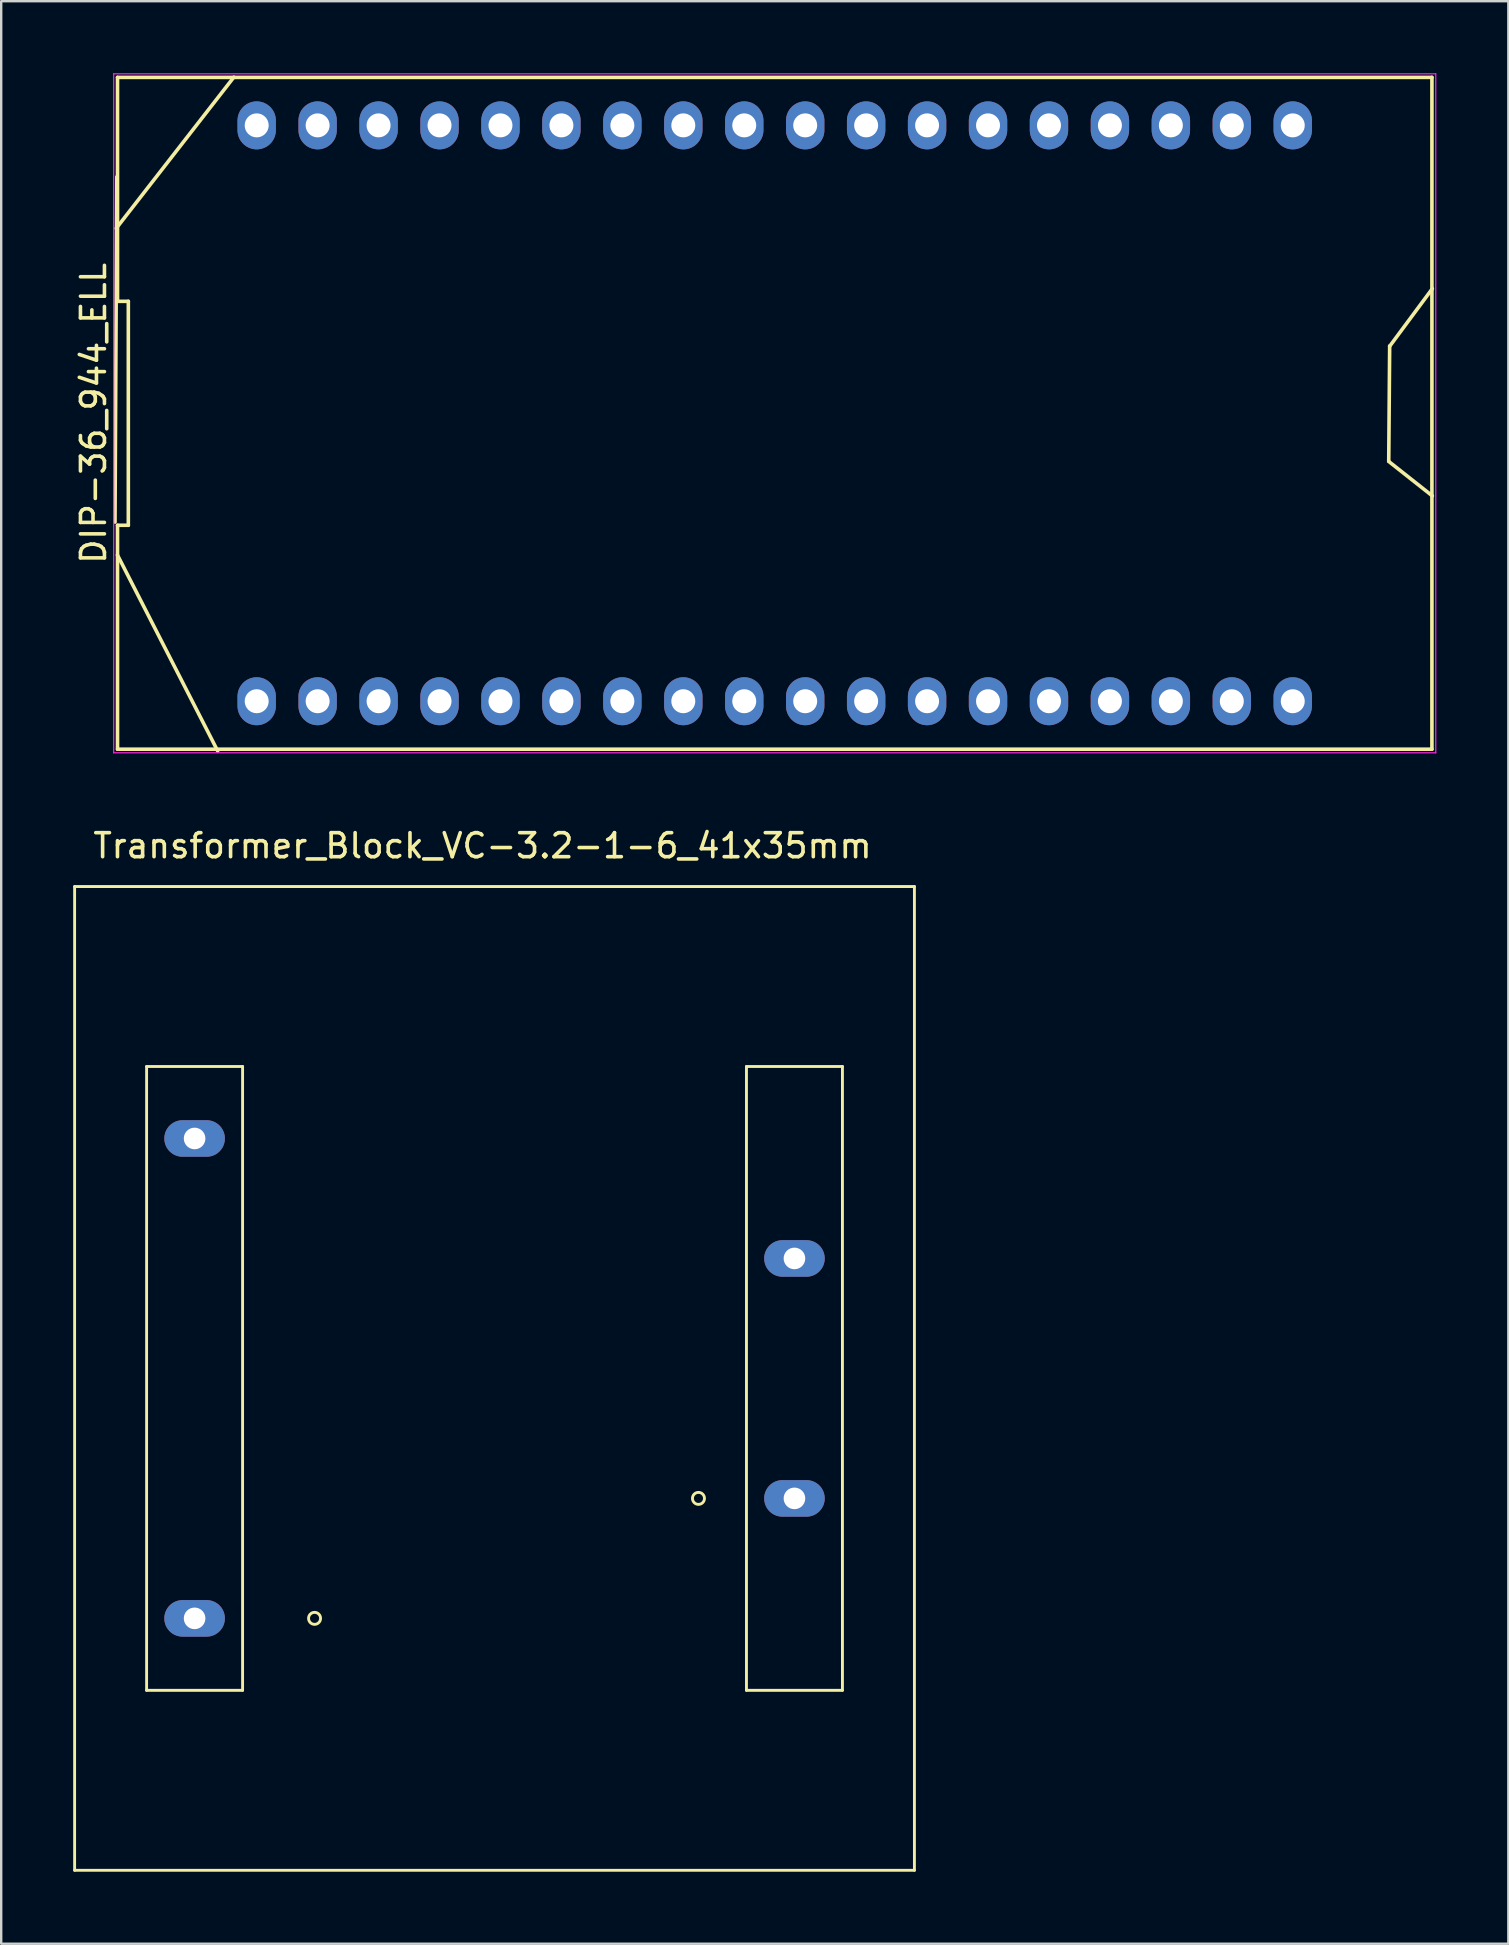
<source format=kicad_pcb>
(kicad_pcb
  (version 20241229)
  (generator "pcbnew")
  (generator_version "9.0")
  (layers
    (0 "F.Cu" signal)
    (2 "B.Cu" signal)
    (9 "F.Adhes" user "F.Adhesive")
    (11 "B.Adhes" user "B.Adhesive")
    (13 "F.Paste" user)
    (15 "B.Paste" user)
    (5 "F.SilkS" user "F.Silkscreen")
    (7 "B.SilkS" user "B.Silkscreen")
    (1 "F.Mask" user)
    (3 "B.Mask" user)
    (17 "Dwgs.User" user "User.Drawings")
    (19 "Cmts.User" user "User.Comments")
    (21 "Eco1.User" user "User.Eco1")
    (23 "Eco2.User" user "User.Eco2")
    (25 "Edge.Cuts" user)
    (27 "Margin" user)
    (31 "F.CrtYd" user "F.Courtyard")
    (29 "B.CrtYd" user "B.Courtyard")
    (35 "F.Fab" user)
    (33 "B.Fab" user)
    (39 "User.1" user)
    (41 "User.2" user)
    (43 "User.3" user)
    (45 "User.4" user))
  (footprint "Transformer_Block_VC-3.2-1-6_41x35mm"
    (layer "F.Cu")
    (at 5.06 54.398)
    (property "Reference" "Transformer_Block_VC-3.2-1-6_41x35mm" (at 12 -22.2 0) (layer "F.SilkS") (effects (font (size 1 1) (thickness 0.15))))
    (attr through_hole)
    (fp_line (start -5 -20.5) (end -5 20.5) (stroke (width 0.12) (type solid)) (layer "F.SilkS"))
    (fp_line (start -5 20.5) (end 30 20.5) (stroke (width 0.12) (type solid)) (layer "F.SilkS"))
    (fp_line (start -2 -13) (end 2 -13) (stroke (width 0.12) (type solid)) (layer "F.SilkS"))
    (fp_line (start -2 13) (end -2 -13) (stroke (width 0.12) (type solid)) (layer "F.SilkS"))
    (fp_line (start 2 -13) (end 2 13) (stroke (width 0.12) (type solid)) (layer "F.SilkS"))
    (fp_line (start 2 13) (end -2 13) (stroke (width 0.12) (type solid)) (layer "F.SilkS"))
    (fp_line (start 23 -13) (end 27 -13) (stroke (width 0.12) (type solid)) (layer "F.SilkS"))
    (fp_line (start 23 13) (end 23 -13) (stroke (width 0.12) (type solid)) (layer "F.SilkS"))
    (fp_line (start 27 -13) (end 27 13) (stroke (width 0.12) (type solid)) (layer "F.SilkS"))
    (fp_line (start 27 13) (end 23 13) (stroke (width 0.12) (type solid)) (layer "F.SilkS"))
    (fp_line (start 30 -20.5) (end -5 -20.5) (stroke (width 0.12) (type solid)) (layer "F.SilkS"))
    (fp_line (start 30 20.5) (end 30 -20.5) (stroke (width 0.12) (type solid)) (layer "F.SilkS"))
    (fp_circle (center 5 10) (end 5.25 10) (stroke (width 0.12) (type solid)) (fill no) (layer "F.SilkS"))
    (fp_circle (center 21 5) (end 21.25 5) (stroke (width 0.12) (type solid)) (fill no) (layer "F.SilkS"))
    (pad "1" thru_hole oval (at 0 10) (size 2.524 1.524) (drill 0.9) (layers "*.Cu" "*.Mask"))
    (pad "2" thru_hole oval (at 0 -10) (size 2.524 1.524) (drill 0.9) (layers "*.Cu" "*.Mask"))
    (pad "3" thru_hole oval (at 25 5) (size 2.524 1.524) (drill 0.9) (layers "*.Cu" "*.Mask"))
    (pad "4" thru_hole oval (at 25 -5) (size 2.524 1.524) (drill 0.9) (layers "*.Cu" "*.Mask")))
  (footprint "DIP-36_944_ELL"
    (layer "F.Cu")
    (at 29.238 14.175)
    (property "Reference" "DIP-36_944_ELL" (at -28.39 0 90) (layer "F.SilkS") (effects (font (size 1 1) (thickness 0.15))))
    (attr through_hole)
    (fp_line (start -27.495 4.534) (end -27.419 -9.855) (stroke (width 0.15) (type solid)) (layer "F.SilkS"))
    (fp_line (start -27.445 -7.709) (end -22.543 -14.008) (stroke (width 0.15) (type solid)) (layer "F.SilkS"))
    (fp_line (start -27.39 -14) (end -27.39 -4.667) (stroke (width 0.15) (type solid)) (layer "F.SilkS"))
    (fp_line (start -27.39 -4.667) (end -26.94 -4.667) (stroke (width 0.15) (type solid)) (layer "F.SilkS"))
    (fp_line (start -27.39 4.667) (end -27.39 14) (stroke (width 0.15) (type solid)) (layer "F.SilkS"))
    (fp_line (start -27.39 14) (end 27.39 14) (stroke (width 0.15) (type solid)) (layer "F.SilkS"))
    (fp_line (start -26.94 -4.667) (end -26.94 4.667) (stroke (width 0.15) (type solid)) (layer "F.SilkS"))
    (fp_line (start -26.94 4.667) (end -27.39 4.667) (stroke (width 0.15) (type solid)) (layer "F.SilkS"))
    (fp_line (start -23.216 14.072) (end -27.394 5.905) (stroke (width 0.15) (type solid)) (layer "F.SilkS"))
    (fp_line (start 25.59 2.007) (end 27.407 3.442) (stroke (width 0.15) (type solid)) (layer "F.SilkS"))
    (fp_line (start 25.629 -2.807) (end 25.59 1.994) (stroke (width 0.15) (type solid)) (layer "F.SilkS"))
    (fp_line (start 27.39 -14) (end -27.39 -14) (stroke (width 0.15) (type solid)) (layer "F.SilkS"))
    (fp_line (start 27.39 14) (end 27.39 -14) (stroke (width 0.15) (type solid)) (layer "F.SilkS"))
    (fp_line (start 27.407 -5.194) (end 25.629 -2.794) (stroke (width 0.15) (type solid)) (layer "F.SilkS"))
    (fp_line (start -27.55 -14.15) (end 27.55 -14.15) (stroke (width 0.05) (type solid)) (layer "F.CrtYd"))
    (fp_line (start -27.55 14.15) (end -27.55 -14.15) (stroke (width 0.05) (type solid)) (layer "F.CrtYd"))
    (fp_line (start 27.55 -14.15) (end 27.55 14.15) (stroke (width 0.05) (type solid)) (layer "F.CrtYd"))
    (fp_line (start 27.55 14.15) (end -27.55 14.15) (stroke (width 0.05) (type solid)) (layer "F.CrtYd"))
    (pad "1" thru_hole oval (at -21.59 12) (size 1.6 2) (drill 1) (layers "*.Cu" "*.Mask"))
    (pad "2" thru_hole oval (at -19.05 12) (size 1.6 2) (drill 1) (layers "*.Cu" "*.Mask"))
    (pad "3" thru_hole oval (at -16.51 12) (size 1.6 2) (drill 1) (layers "*.Cu" "*.Mask"))
    (pad "4" thru_hole oval (at -13.97 12) (size 1.6 2) (drill 1) (layers "*.Cu" "*.Mask"))
    (pad "5" thru_hole oval (at -11.43 12) (size 1.6 2) (drill 1) (layers "*.Cu" "*.Mask"))
    (pad "6" thru_hole oval (at -8.89 12) (size 1.6 2) (drill 1) (layers "*.Cu" "*.Mask"))
    (pad "7" thru_hole oval (at -6.35 12) (size 1.6 2) (drill 1) (layers "*.Cu" "*.Mask"))
    (pad "8" thru_hole oval (at -3.81 12) (size 1.6 2) (drill 1) (layers "*.Cu" "*.Mask"))
    (pad "9" thru_hole oval (at -1.27 12) (size 1.6 2) (drill 1) (layers "*.Cu" "*.Mask"))
    (pad "10" thru_hole oval (at 1.27 12) (size 1.6 2) (drill 1) (layers "*.Cu" "*.Mask"))
    (pad "11" thru_hole oval (at 3.81 12) (size 1.6 2) (drill 1) (layers "*.Cu" "*.Mask"))
    (pad "12" thru_hole oval (at 6.35 12) (size 1.6 2) (drill 1) (layers "*.Cu" "*.Mask"))
    (pad "13" thru_hole oval (at 8.89 12) (size 1.6 2) (drill 1) (layers "*.Cu" "*.Mask"))
    (pad "14" thru_hole oval (at 11.43 12) (size 1.6 2) (drill 1) (layers "*.Cu" "*.Mask"))
    (pad "15" thru_hole oval (at 13.97 12) (size 1.6 2) (drill 1) (layers "*.Cu" "*.Mask"))
    (pad "16" thru_hole oval (at 16.51 12) (size 1.6 2) (drill 1) (layers "*.Cu" "*.Mask"))
    (pad "17" thru_hole oval (at 19.05 12) (size 1.6 2) (drill 1) (layers "*.Cu" "*.Mask"))
    (pad "18" thru_hole oval (at 21.59 12) (size 1.6 2) (drill 1) (layers "*.Cu" "*.Mask"))
    (pad "19" thru_hole oval (at 21.59 -12) (size 1.6 2) (drill 1) (layers "*.Cu" "*.Mask"))
    (pad "20" thru_hole oval (at 19.05 -12) (size 1.6 2) (drill 1) (layers "*.Cu" "*.Mask"))
    (pad "21" thru_hole oval (at 16.51 -12) (size 1.6 2) (drill 1) (layers "*.Cu" "*.Mask"))
    (pad "22" thru_hole oval (at 13.97 -12) (size 1.6 2) (drill 1) (layers "*.Cu" "*.Mask"))
    (pad "23" thru_hole oval (at 11.43 -12) (size 1.6 2) (drill 1) (layers "*.Cu" "*.Mask"))
    (pad "24" thru_hole oval (at 8.89 -12) (size 1.6 2) (drill 1) (layers "*.Cu" "*.Mask"))
    (pad "25" thru_hole oval (at 6.35 -12) (size 1.6 2) (drill 1) (layers "*.Cu" "*.Mask"))
    (pad "26" thru_hole oval (at 3.81 -12) (size 1.6 2) (drill 1) (layers "*.Cu" "*.Mask"))
    (pad "27" thru_hole oval (at 1.27 -12) (size 1.6 2) (drill 1) (layers "*.Cu" "*.Mask"))
    (pad "28" thru_hole oval (at -1.27 -12) (size 1.6 2) (drill 1) (layers "*.Cu" "*.Mask"))
    (pad "29" thru_hole oval (at -3.81 -12) (size 1.6 2) (drill 1) (layers "*.Cu" "*.Mask"))
    (pad "30" thru_hole oval (at -6.35 -12) (size 1.6 2) (drill 1) (layers "*.Cu" "*.Mask"))
    (pad "31" thru_hole oval (at -8.89 -12) (size 1.6 2) (drill 1) (layers "*.Cu" "*.Mask"))
    (pad "32" thru_hole oval (at -11.43 -12) (size 1.6 2) (drill 1) (layers "*.Cu" "*.Mask"))
    (pad "33" thru_hole oval (at -13.97 -12) (size 1.6 2) (drill 1) (layers "*.Cu" "*.Mask"))
    (pad "34" thru_hole oval (at -16.51 -12) (size 1.6 2) (drill 1) (layers "*.Cu" "*.Mask"))
    (pad "35" thru_hole oval (at -19.05 -12) (size 1.6 2) (drill 1) (layers "*.Cu" "*.Mask"))
    (pad "36" thru_hole oval (at -21.59 -12) (size 1.6 2) (drill 1) (layers "*.Cu" "*.Mask")))
  (gr_rect
    (start -3 -3)
    (end 59.813 77.958)
    (stroke (width 0.1) (type default))
    (fill no)
    (layer "Edge.Cuts")))
</source>
